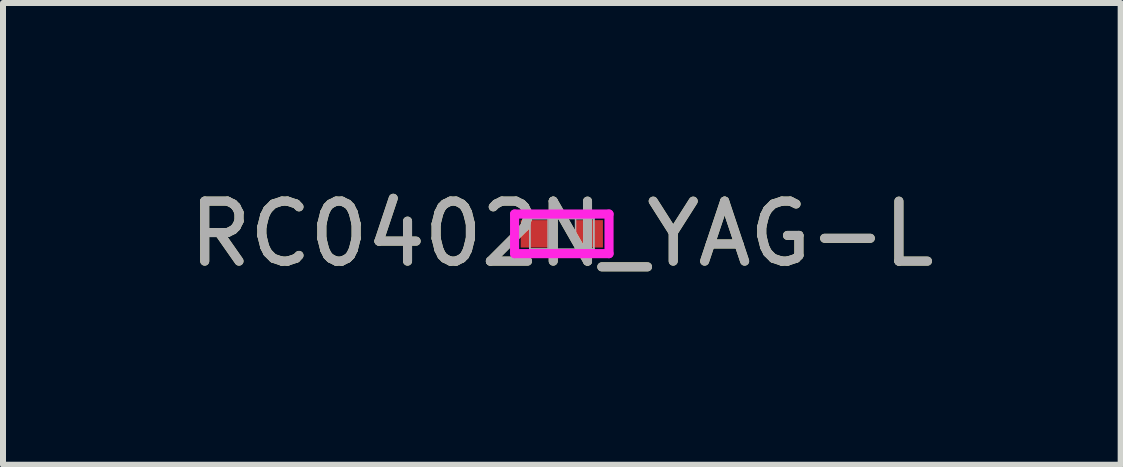
<source format=kicad_pcb>
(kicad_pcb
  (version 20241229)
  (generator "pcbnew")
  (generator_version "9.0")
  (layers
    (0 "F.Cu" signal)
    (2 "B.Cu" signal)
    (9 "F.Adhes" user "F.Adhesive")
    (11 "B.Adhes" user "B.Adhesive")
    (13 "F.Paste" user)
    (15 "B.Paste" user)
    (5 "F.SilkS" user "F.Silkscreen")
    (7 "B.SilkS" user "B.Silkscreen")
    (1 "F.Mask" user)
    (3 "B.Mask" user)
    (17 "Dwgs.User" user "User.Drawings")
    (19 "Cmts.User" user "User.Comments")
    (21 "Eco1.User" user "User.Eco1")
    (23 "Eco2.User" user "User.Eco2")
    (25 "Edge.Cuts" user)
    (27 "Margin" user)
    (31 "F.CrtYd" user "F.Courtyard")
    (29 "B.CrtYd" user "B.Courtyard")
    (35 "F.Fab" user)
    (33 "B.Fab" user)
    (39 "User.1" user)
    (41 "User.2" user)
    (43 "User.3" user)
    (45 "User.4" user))
  (footprint "RC0402N_YAG-L"
    (layer "F.Cu")
    (at 6.315 0.848)
    (property "Reference" "RC0402N_YAG-L" (at 0 0 0) (unlocked yes) (layer "F.SilkS") (effects (font (size 1 1) (thickness 0.15))))
    (attr smd)
    (fp_line (start -0.787 -0.33) (end 0.787 -0.33) (stroke (width 0.152) (type solid)) (layer "F.CrtYd"))
    (fp_line (start -0.787 0.33) (end -0.787 -0.33) (stroke (width 0.152) (type solid)) (layer "F.CrtYd"))
    (fp_line (start 0.787 -0.33) (end 0.787 0.33) (stroke (width 0.152) (type solid)) (layer "F.CrtYd"))
    (fp_line (start 0.787 0.33) (end -0.787 0.33) (stroke (width 0.152) (type solid)) (layer "F.CrtYd"))
    (fp_line (start -0.533 -0.254) (end -0.533 0.254) (stroke (width 0.025) (type solid)) (layer "F.Fab"))
    (fp_line (start -0.533 -0.254) (end -0.533 0.254) (stroke (width 0.025) (type solid)) (layer "F.Fab"))
    (fp_line (start -0.533 0.254) (end -0.229 0.254) (stroke (width 0.025) (type solid)) (layer "F.Fab"))
    (fp_line (start -0.533 0.254) (end 0.533 0.254) (stroke (width 0.025) (type solid)) (layer "F.Fab"))
    (fp_line (start -0.229 -0.254) (end -0.533 -0.254) (stroke (width 0.025) (type solid)) (layer "F.Fab"))
    (fp_line (start -0.229 0.254) (end -0.229 -0.254) (stroke (width 0.025) (type solid)) (layer "F.Fab"))
    (fp_line (start 0.229 -0.254) (end 0.229 0.254) (stroke (width 0.025) (type solid)) (layer "F.Fab"))
    (fp_line (start 0.229 0.254) (end 0.533 0.254) (stroke (width 0.025) (type solid)) (layer "F.Fab"))
    (fp_line (start 0.533 -0.254) (end -0.533 -0.254) (stroke (width 0.025) (type solid)) (layer "F.Fab"))
    (fp_line (start 0.533 -0.254) (end 0.229 -0.254) (stroke (width 0.025) (type solid)) (layer "F.Fab"))
    (fp_line (start 0.533 0.254) (end 0.533 -0.254) (stroke (width 0.025) (type solid)) (layer "F.Fab"))
    (fp_line (start 0.533 0.254) (end 0.533 -0.254) (stroke (width 0.025) (type solid)) (layer "F.Fab"))
    (fp_text user "${REFERENCE}" (at 0 0 0) (unlocked yes) (layer "F.Fab") (effects (font (size 1 1) (thickness 0.15))))
    (pad "1" smd rect (at -0.457 0) (size 0.457 0.457) (layers "F.Cu" "F.Mask" "F.Paste"))
    (pad "2" smd rect (at 0.457 0) (size 0.457 0.457) (layers "F.Cu" "F.Mask" "F.Paste"))
    (zone (net_name "") (layer "F.Cu") (hatch full 0.508) (connect_pads) (min_thickness 0.254) (filled_areas_thickness no) (keepout (tracks not_allowed) (vias not_allowed) (pads allowed) (copperpour not_allowed) (footprints allowed)) (placement (enabled no)) (fill) (polygon (pts (xy 6.138 0.645) (xy 6.493 0.645) (xy 6.493 1.051) (xy 6.138 1.051)))))
  (gr_rect
    (start -3 -3)
    (end 15.631 4.697)
    (stroke (width 0.1) (type default))
    (fill no)
    (layer "Edge.Cuts")))
</source>
